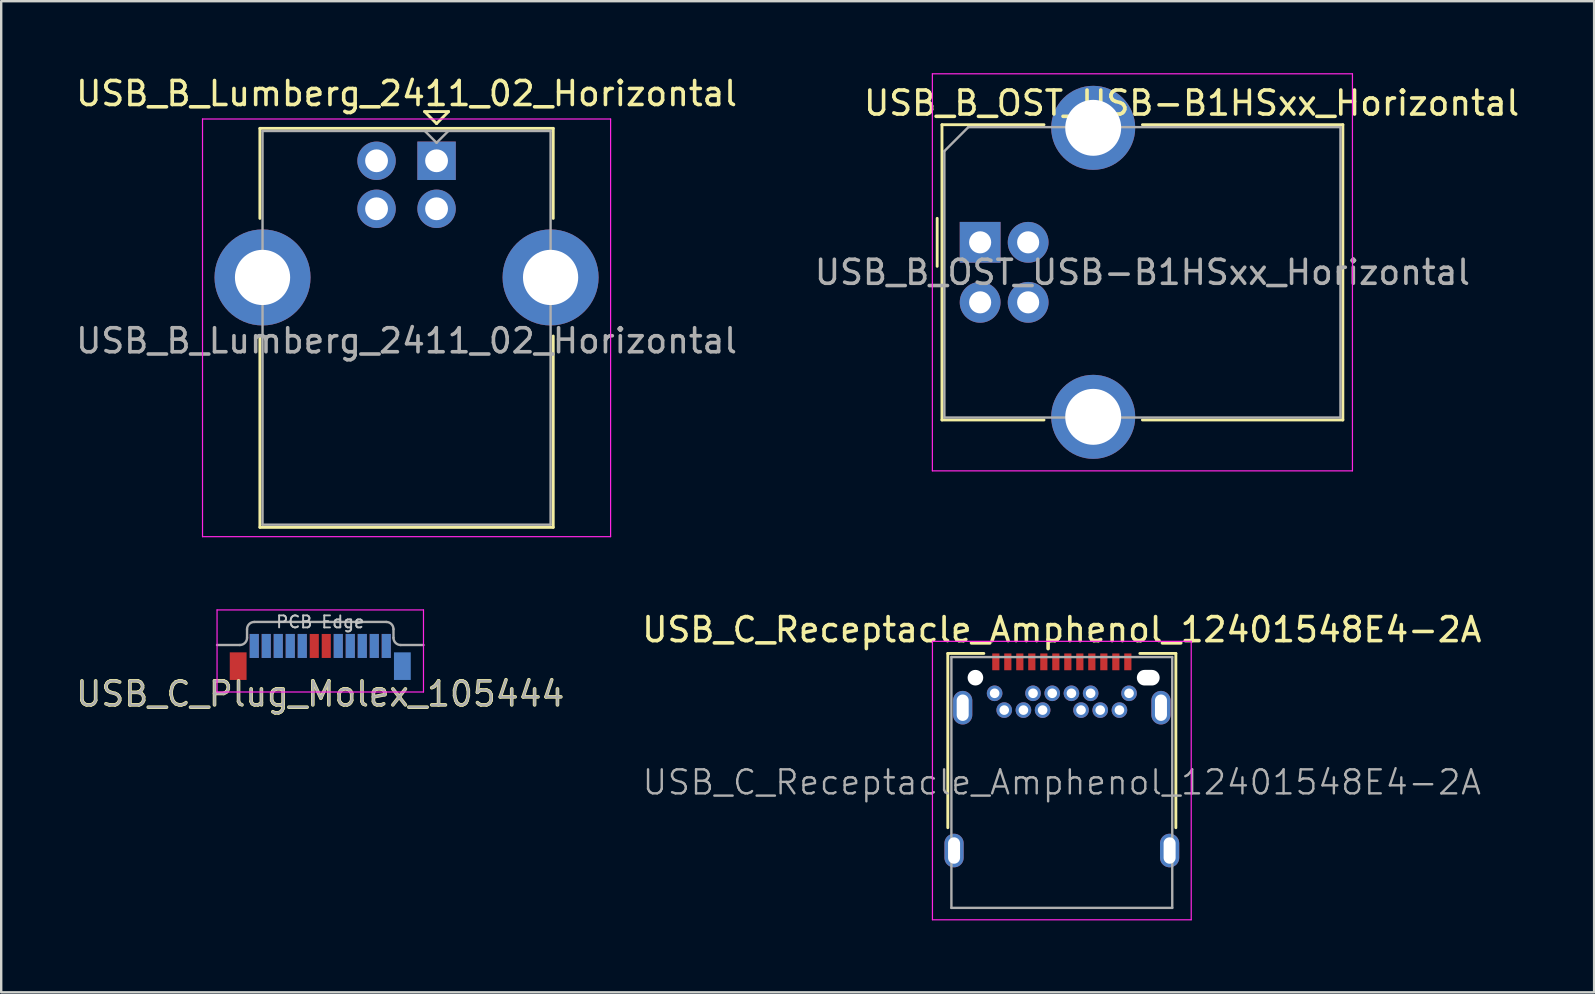
<source format=kicad_pcb>
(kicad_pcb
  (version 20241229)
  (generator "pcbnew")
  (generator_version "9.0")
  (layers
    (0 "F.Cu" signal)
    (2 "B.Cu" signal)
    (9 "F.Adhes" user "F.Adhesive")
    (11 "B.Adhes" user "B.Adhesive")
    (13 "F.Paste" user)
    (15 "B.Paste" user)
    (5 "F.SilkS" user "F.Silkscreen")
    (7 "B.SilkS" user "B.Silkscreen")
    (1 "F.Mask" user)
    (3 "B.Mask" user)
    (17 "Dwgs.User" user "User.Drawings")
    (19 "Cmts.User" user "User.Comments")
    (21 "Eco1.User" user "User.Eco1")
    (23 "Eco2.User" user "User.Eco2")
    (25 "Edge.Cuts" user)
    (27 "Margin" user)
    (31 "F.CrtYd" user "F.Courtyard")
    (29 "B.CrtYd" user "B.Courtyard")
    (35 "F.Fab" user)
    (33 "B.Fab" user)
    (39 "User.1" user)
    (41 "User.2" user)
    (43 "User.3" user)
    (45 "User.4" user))
  (footprint "USB_B_OST_USB-B1HSxx_Horizontal"
    (layer "F.Cu")
    (at 37.782 7.045)
    (property "Reference" "USB_B_OST_USB-B1HSxx_Horizontal" (at 8.81 -5.8 0) (layer "F.SilkS") (effects (font (size 1 1) (thickness 0.15))))
    (attr through_hole)
    (fp_line (start -1.79 -1) (end -1.79 1) (stroke (width 0.12) (type solid)) (layer "F.SilkS"))
    (fp_line (start -1.59 -4.9) (end -1.59 7.4) (stroke (width 0.12) (type solid)) (layer "F.SilkS"))
    (fp_line (start -1.59 7.4) (end 2.66 7.4) (stroke (width 0.12) (type solid)) (layer "F.SilkS"))
    (fp_line (start 2.66 -4.9) (end -1.59 -4.9) (stroke (width 0.12) (type solid)) (layer "F.SilkS"))
    (fp_line (start 6.76 -4.9) (end 15.11 -4.9) (stroke (width 0.12) (type solid)) (layer "F.SilkS"))
    (fp_line (start 15.11 -4.9) (end 15.11 7.4) (stroke (width 0.12) (type solid)) (layer "F.SilkS"))
    (fp_line (start 15.11 7.4) (end 6.76 7.4) (stroke (width 0.12) (type solid)) (layer "F.SilkS"))
    (fp_line (start -1.99 -7.02) (end -1.99 9.52) (stroke (width 0.05) (type solid)) (layer "F.CrtYd"))
    (fp_line (start -1.99 9.52) (end 15.51 9.52) (stroke (width 0.05) (type solid)) (layer "F.CrtYd"))
    (fp_line (start 15.51 -7.02) (end -1.99 -7.02) (stroke (width 0.05) (type solid)) (layer "F.CrtYd"))
    (fp_line (start 15.51 9.52) (end 15.51 -7.02) (stroke (width 0.05) (type solid)) (layer "F.CrtYd"))
    (fp_line (start -1.49 -3.8) (end -0.49 -4.8) (stroke (width 0.1) (type solid)) (layer "F.Fab"))
    (fp_line (start -1.49 7.3) (end -1.49 -3.8) (stroke (width 0.1) (type solid)) (layer "F.Fab"))
    (fp_line (start -0.49 -4.8) (end 15.01 -4.8) (stroke (width 0.1) (type solid)) (layer "F.Fab"))
    (fp_line (start 15.01 -4.8) (end 15.01 7.3) (stroke (width 0.1) (type solid)) (layer "F.Fab"))
    (fp_line (start 15.01 7.3) (end -1.49 7.3) (stroke (width 0.1) (type solid)) (layer "F.Fab"))
    (fp_text user "${REFERENCE}" (at 6.76 1.25 0) (layer "F.Fab") (effects (font (size 1 1) (thickness 0.15))))
    (pad "1" thru_hole rect (at 0 0) (size 1.7 1.7) (drill 0.92) (layers "*.Cu" "*.Mask"))
    (pad "2" thru_hole circle (at 0 2.5) (size 1.7 1.7) (drill 0.92) (layers "*.Cu" "*.Mask"))
    (pad "3" thru_hole circle (at 2 2.5) (size 1.7 1.7) (drill 0.92) (layers "*.Cu" "*.Mask"))
    (pad "4" thru_hole circle (at 2 0) (size 1.7 1.7) (drill 0.92) (layers "*.Cu" "*.Mask"))
    (pad "5" thru_hole circle (at 4.71 -4.77) (size 3.5 3.5) (drill 2.33) (layers "*.Cu" "*.Mask"))
    (pad "5" thru_hole circle (at 4.71 7.27) (size 3.5 3.5) (drill 2.33) (layers "*.Cu" "*.Mask")))
  (footprint "USB_C_Plug_Molex_105444"
    (layer "F.Cu")
    (at 10.292 24.318)
    (property "Reference" "USB_C_Plug_Molex_105444" (at 0 1.542 0) (layer "F.SilkS") (effects (font (size 1 1) (thickness 0.15))))
    (attr smd)
    (fp_line (start -4.3 1.46) (end -4.3 -1.96) (stroke (width 0.05) (type solid)) (layer "F.CrtYd"))
    (fp_line (start 4.3 -1.96) (end -4.3 -1.96) (stroke (width 0.05) (type solid)) (layer "F.CrtYd"))
    (fp_line (start 4.3 1.46) (end -4.3 1.46) (stroke (width 0.05) (type solid)) (layer "F.CrtYd"))
    (fp_line (start 4.3 1.46) (end 4.3 -1.96) (stroke (width 0.05) (type solid)) (layer "F.CrtYd"))
    (fp_line (start -3.35 -0.497) (end -4.3 -0.497) (stroke (width 0.1) (type solid)) (layer "F.Fab"))
    (fp_line (start -3.05 -1.157) (end -3.05 -0.797) (stroke (width 0.1) (type solid)) (layer "F.Fab"))
    (fp_line (start -2.75 -1.458) (end 2.75 -1.458) (stroke (width 0.1) (type solid)) (layer "F.Fab"))
    (fp_line (start 3.05 -1.157) (end 3.05 -0.797) (stroke (width 0.1) (type solid)) (layer "F.Fab"))
    (fp_line (start 3.35 -0.497) (end 4.3 -0.497) (stroke (width 0.1) (type solid)) (layer "F.Fab"))
    (fp_arc (start -3.05 -1.1575) (mid -2.962132 -1.369632) (end -2.75 -1.4575) (stroke (width 0.1) (type solid)) (layer "F.Fab"))
    (fp_arc (start -3.05 -0.7975) (mid -3.137868 -0.585368) (end -3.35 -0.4975) (stroke (width 0.1) (type solid)) (layer "F.Fab"))
    (fp_arc (start 2.75 -1.4575) (mid 2.962132 -1.369632) (end 3.05 -1.1575) (stroke (width 0.1) (type solid)) (layer "F.Fab"))
    (fp_arc (start 3.35 -0.4975) (mid 3.137868 -0.585368) (end 3.05 -0.7975) (stroke (width 0.1) (type solid)) (layer "F.Fab"))
    (fp_text user "PCB Edge" (at 0 -1.458 0) (layer "Dwgs.User") (effects (font (size 0.5 0.5) (thickness 0.08))))
    (fp_text user "${REFERENCE}" (at 0 1.542 0) (layer "F.Fab") (effects (font (size 1 1) (thickness 0.1))))
    (pad "A1" smd rect (at -2.75 -0.458) (size 0.38 1) (layers "F.Cu" "F.Mask" "F.Paste"))
    (pad "A2" smd rect (at -2.25 -0.458) (size 0.38 1) (layers "F.Cu" "F.Mask" "F.Paste"))
    (pad "A3" smd rect (at -1.75 -0.458) (size 0.38 1) (layers "F.Cu" "F.Mask" "F.Paste"))
    (pad "A4" smd rect (at -1.25 -0.458) (size 0.38 1) (layers "F.Cu" "F.Mask" "F.Paste"))
    (pad "A5" smd rect (at -0.75 -0.458) (size 0.38 1) (layers "F.Cu" "F.Mask" "F.Paste"))
    (pad "A6" smd rect (at -0.25 -0.458) (size 0.38 1) (layers "F.Cu" "F.Mask" "F.Paste"))
    (pad "A7" smd rect (at 0.25 -0.458) (size 0.38 1) (layers "F.Cu" "F.Mask" "F.Paste"))
    (pad "A8" smd rect (at 0.75 -0.458) (size 0.38 1) (layers "F.Cu" "F.Mask" "F.Paste"))
    (pad "A9" smd rect (at 1.25 -0.458) (size 0.38 1) (layers "F.Cu" "F.Mask" "F.Paste"))
    (pad "A10" smd rect (at 1.75 -0.458) (size 0.38 1) (layers "F.Cu" "F.Mask" "F.Paste"))
    (pad "A11" smd rect (at 2.25 -0.458) (size 0.38 1) (layers "F.Cu" "F.Mask" "F.Paste"))
    (pad "A12" smd rect (at 2.75 -0.458) (size 0.38 1) (layers "F.Cu" "F.Mask" "F.Paste"))
    (pad "B1" smd rect (at 2.75 -0.458) (size 0.38 1) (layers "B.Cu" "B.Mask" "B.Paste"))
    (pad "B2" smd rect (at 2.25 -0.458) (size 0.38 1) (layers "B.Cu" "B.Mask" "B.Paste"))
    (pad "B3" smd rect (at 1.75 -0.458) (size 0.38 1) (layers "B.Cu" "B.Mask" "B.Paste"))
    (pad "B4" smd rect (at 1.25 -0.458) (size 0.38 1) (layers "B.Cu" "B.Mask" "B.Paste"))
    (pad "B5" smd rect (at 0.75 -0.458) (size 0.38 1) (layers "B.Cu" "B.Mask" "B.Paste"))
    (pad "B8" smd rect (at -0.75 -0.458) (size 0.38 1) (layers "B.Cu" "B.Mask" "B.Paste"))
    (pad "B9" smd rect (at -1.25 -0.458) (size 0.38 1) (layers "B.Cu" "B.Mask" "B.Paste"))
    (pad "B10" smd rect (at -1.75 -0.458) (size 0.38 1) (layers "B.Cu" "B.Mask" "B.Paste"))
    (pad "B11" smd rect (at -2.25 -0.458) (size 0.38 1) (layers "B.Cu" "B.Mask" "B.Paste"))
    (pad "B12" smd rect (at -2.75 -0.458) (size 0.38 1) (layers "B.Cu" "B.Mask" "B.Paste"))
    (pad "S1" smd rect (at -3.42 0.383) (size 0.7 1.15) (layers "F.Cu" "F.Mask" "F.Paste"))
    (pad "S1" smd rect (at 3.42 0.383) (size 0.7 1.15) (layers "B.Cu" "B.Mask" "B.Paste")))
  (footprint "USB_B_Lumberg_2411_02_Horizontal"
    (layer "F.Cu")
    (at 15.137 3.648)
    (property "Reference" "USB_B_Lumberg_2411_02_Horizontal" (at -1.25 -2.8 0) (layer "F.SilkS") (effects (font (size 1 1) (thickness 0.15))))
    (attr through_hole)
    (fp_line (start -7.36 -1.35) (end -7.36 2.4) (stroke (width 0.12) (type solid)) (layer "F.SilkS"))
    (fp_line (start -7.36 -1.35) (end 4.86 -1.35) (stroke (width 0.12) (type solid)) (layer "F.SilkS"))
    (fp_line (start -7.36 15.27) (end -7.36 7.3) (stroke (width 0.12) (type solid)) (layer "F.SilkS"))
    (fp_line (start -7.36 15.27) (end 4.86 15.27) (stroke (width 0.12) (type solid)) (layer "F.SilkS"))
    (fp_line (start -0.5 -2.05) (end 0 -1.55) (stroke (width 0.12) (type solid)) (layer "F.SilkS"))
    (fp_line (start 0 -1.55) (end 0.5 -2.05) (stroke (width 0.12) (type solid)) (layer "F.SilkS"))
    (fp_line (start 0.5 -2.05) (end -0.5 -2.05) (stroke (width 0.12) (type solid)) (layer "F.SilkS"))
    (fp_line (start 4.86 -1.35) (end 4.86 2.4) (stroke (width 0.12) (type solid)) (layer "F.SilkS"))
    (fp_line (start 4.86 15.27) (end 4.86 7.3) (stroke (width 0.12) (type solid)) (layer "F.SilkS"))
    (fp_line (start -9.75 -1.74) (end -9.75 15.66) (stroke (width 0.05) (type solid)) (layer "F.CrtYd"))
    (fp_line (start -9.75 15.66) (end 7.25 15.66) (stroke (width 0.05) (type solid)) (layer "F.CrtYd"))
    (fp_line (start 7.25 -1.74) (end -9.75 -1.74) (stroke (width 0.05) (type solid)) (layer "F.CrtYd"))
    (fp_line (start 7.25 15.66) (end 7.25 -1.74) (stroke (width 0.05) (type solid)) (layer "F.CrtYd"))
    (fp_line (start -7.25 -1.24) (end 4.75 -1.24) (stroke (width 0.1) (type solid)) (layer "F.Fab"))
    (fp_line (start -7.25 15.16) (end -7.25 -1.24) (stroke (width 0.1) (type solid)) (layer "F.Fab"))
    (fp_line (start -0.49 -1.24) (end 0 -0.75) (stroke (width 0.1) (type solid)) (layer "F.Fab"))
    (fp_line (start 0 -0.75) (end 0.49 -1.24) (stroke (width 0.1) (type solid)) (layer "F.Fab"))
    (fp_line (start 4.75 -1.24) (end 4.75 15.16) (stroke (width 0.1) (type solid)) (layer "F.Fab"))
    (fp_line (start 4.75 15.16) (end -7.25 15.16) (stroke (width 0.1) (type solid)) (layer "F.Fab"))
    (fp_text user "${REFERENCE}" (at -1.25 7.5 0) (layer "F.Fab") (effects (font (size 1 1) (thickness 0.15))))
    (pad "1" thru_hole rect (at 0 0) (size 1.6 1.6) (drill 0.95) (layers "*.Cu" "*.Mask"))
    (pad "2" thru_hole circle (at -2.5 0) (size 1.6 1.6) (drill 0.95) (layers "*.Cu" "*.Mask"))
    (pad "3" thru_hole circle (at -2.5 2) (size 1.6 1.6) (drill 0.95) (layers "*.Cu" "*.Mask"))
    (pad "4" thru_hole circle (at 0 2) (size 1.6 1.6) (drill 0.95) (layers "*.Cu" "*.Mask"))
    (pad "5" thru_hole circle (at -7.25 4.86) (size 4 4) (drill 2.3) (layers "*.Cu" "*.Mask"))
    (pad "5" thru_hole circle (at 4.75 4.86) (size 4 4) (drill 2.3) (layers "*.Cu" "*.Mask")))
  (footprint "USB_C_Receptacle_Amphenol_12401548E4-2A"
    (layer "F.Cu")
    (at 41.185 28.627)
    (property "Reference" "USB_C_Receptacle_Amphenol_12401548E4-2A" (at 0 -5.445 0) (layer "F.SilkS") (effects (font (size 1 1) (thickness 0.15))))
    (attr smd)
    (fp_line (start -4.75 -4.455) (end -4.75 2.805) (stroke (width 0.12) (type solid)) (layer "F.SilkS"))
    (fp_line (start -4.75 -4.455) (end -3.25 -4.455) (stroke (width 0.12) (type solid)) (layer "F.SilkS"))
    (fp_line (start 3.25 -4.455) (end 4.75 -4.455) (stroke (width 0.12) (type solid)) (layer "F.SilkS"))
    (fp_line (start 4.75 -4.455) (end 4.75 2.805) (stroke (width 0.12) (type solid)) (layer "F.SilkS"))
    (fp_line (start -5.39 -4.96) (end 5.39 -4.96) (stroke (width 0.05) (type solid)) (layer "F.CrtYd"))
    (fp_line (start -5.39 6.64) (end -5.39 -4.96) (stroke (width 0.05) (type solid)) (layer "F.CrtYd"))
    (fp_line (start 5.39 -4.96) (end 5.39 6.64) (stroke (width 0.05) (type solid)) (layer "F.CrtYd"))
    (fp_line (start 5.39 6.64) (end -5.39 6.64) (stroke (width 0.05) (type solid)) (layer "F.CrtYd"))
    (fp_line (start -4.6 -4.305) (end 4.6 -4.305) (stroke (width 0.1) (type solid)) (layer "F.Fab"))
    (fp_line (start -4.6 6.145) (end -4.6 -4.305) (stroke (width 0.1) (type solid)) (layer "F.Fab"))
    (fp_line (start -4.6 6.145) (end 4.6 6.145) (stroke (width 0.1) (type solid)) (layer "F.Fab"))
    (fp_line (start 4.6 6.145) (end 4.6 -4.305) (stroke (width 0.1) (type solid)) (layer "F.Fab"))
    (fp_text user "${REFERENCE}" (at 0 0.915 0) (layer "F.Fab") (effects (font (size 1 1) (thickness 0.1))))
    (pad "" np_thru_hole circle (at -3.6 -3.445) (size 0.65 0.65) (drill 0.65) (layers "*.Cu" "*.Mask"))
    (pad "" np_thru_hole oval (at 3.6 -3.445) (size 0.95 0.65) (drill oval 0.95 0.65) (layers "*.Cu" "*.Mask"))
    (pad "A1" smd rect (at -2.75 -4.105) (size 0.3 0.7) (layers "F.Cu" "F.Mask" "F.Paste"))
    (pad "A2" smd rect (at -2.25 -4.105) (size 0.3 0.7) (layers "F.Cu" "F.Mask" "F.Paste"))
    (pad "A3" smd rect (at -1.75 -4.105) (size 0.3 0.7) (layers "F.Cu" "F.Mask" "F.Paste"))
    (pad "A4" smd rect (at -1.25 -4.105) (size 0.3 0.7) (layers "F.Cu" "F.Mask" "F.Paste"))
    (pad "A5" smd rect (at -0.75 -4.105) (size 0.3 0.7) (layers "F.Cu" "F.Mask" "F.Paste"))
    (pad "A6" smd rect (at -0.25 -4.105) (size 0.3 0.7) (layers "F.Cu" "F.Mask" "F.Paste"))
    (pad "A7" smd rect (at 0.25 -4.105) (size 0.3 0.7) (layers "F.Cu" "F.Mask" "F.Paste"))
    (pad "A8" smd rect (at 0.75 -4.105) (size 0.3 0.7) (layers "F.Cu" "F.Mask" "F.Paste"))
    (pad "A9" smd rect (at 1.25 -4.105) (size 0.3 0.7) (layers "F.Cu" "F.Mask" "F.Paste"))
    (pad "A10" smd rect (at 1.75 -4.105) (size 0.3 0.7) (layers "F.Cu" "F.Mask" "F.Paste"))
    (pad "A11" smd rect (at 2.25 -4.105) (size 0.3 0.7) (layers "F.Cu" "F.Mask" "F.Paste"))
    (pad "A12" smd rect (at 2.75 -4.105) (size 0.3 0.7) (layers "F.Cu" "F.Mask" "F.Paste"))
    (pad "B1" thru_hole circle (at 2.8 -2.795) (size 0.65 0.65) (drill 0.4) (layers "*.Cu" "*.Mask"))
    (pad "B2" thru_hole circle (at 2.4 -2.095) (size 0.65 0.65) (drill 0.4) (layers "*.Cu" "*.Mask"))
    (pad "B3" thru_hole circle (at 1.6 -2.095) (size 0.65 0.65) (drill 0.4) (layers "*.Cu" "*.Mask"))
    (pad "B4" thru_hole circle (at 1.2 -2.795) (size 0.65 0.65) (drill 0.4) (layers "*.Cu" "*.Mask"))
    (pad "B5" thru_hole circle (at 0.8 -2.095) (size 0.65 0.65) (drill 0.4) (layers "*.Cu" "*.Mask"))
    (pad "B6" thru_hole circle (at 0.4 -2.795) (size 0.65 0.65) (drill 0.4) (layers "*.Cu" "*.Mask"))
    (pad "B7" thru_hole circle (at -0.4 -2.795) (size 0.65 0.65) (drill 0.4) (layers "*.Cu" "*.Mask"))
    (pad "B8" thru_hole circle (at -0.8 -2.095) (size 0.65 0.65) (drill 0.4) (layers "*.Cu" "*.Mask"))
    (pad "B9" thru_hole circle (at -1.2 -2.795) (size 0.65 0.65) (drill 0.4) (layers "*.Cu" "*.Mask"))
    (pad "B10" thru_hole circle (at -1.6 -2.095) (size 0.65 0.65) (drill 0.4) (layers "*.Cu" "*.Mask"))
    (pad "B11" thru_hole circle (at -2.4 -2.095) (size 0.65 0.65) (drill 0.4) (layers "*.Cu" "*.Mask"))
    (pad "B12" thru_hole circle (at -2.8 -2.795) (size 0.65 0.65) (drill 0.4) (layers "*.Cu" "*.Mask"))
    (pad "S1" thru_hole oval (at -4.49 3.755) (size 0.8 1.4) (drill oval 0.5 1.1) (layers "*.Cu" "*.Mask"))
    (pad "S1" thru_hole oval (at -4.13 -2.195) (size 0.8 1.4) (drill oval 0.5 1.1) (layers "*.Cu" "*.Mask"))
    (pad "S1" thru_hole oval (at 4.13 -2.195) (size 0.8 1.4) (drill oval 0.5 1.1) (layers "*.Cu" "*.Mask"))
    (pad "S1" thru_hole oval (at 4.49 3.755) (size 0.8 1.4) (drill oval 0.5 1.1) (layers "*.Cu" "*.Mask")))
  (gr_rect
    (start -3 -3)
    (end 63.36 38.291)
    (stroke (width 0.1) (type default))
    (fill no)
    (layer "Edge.Cuts")))
</source>
